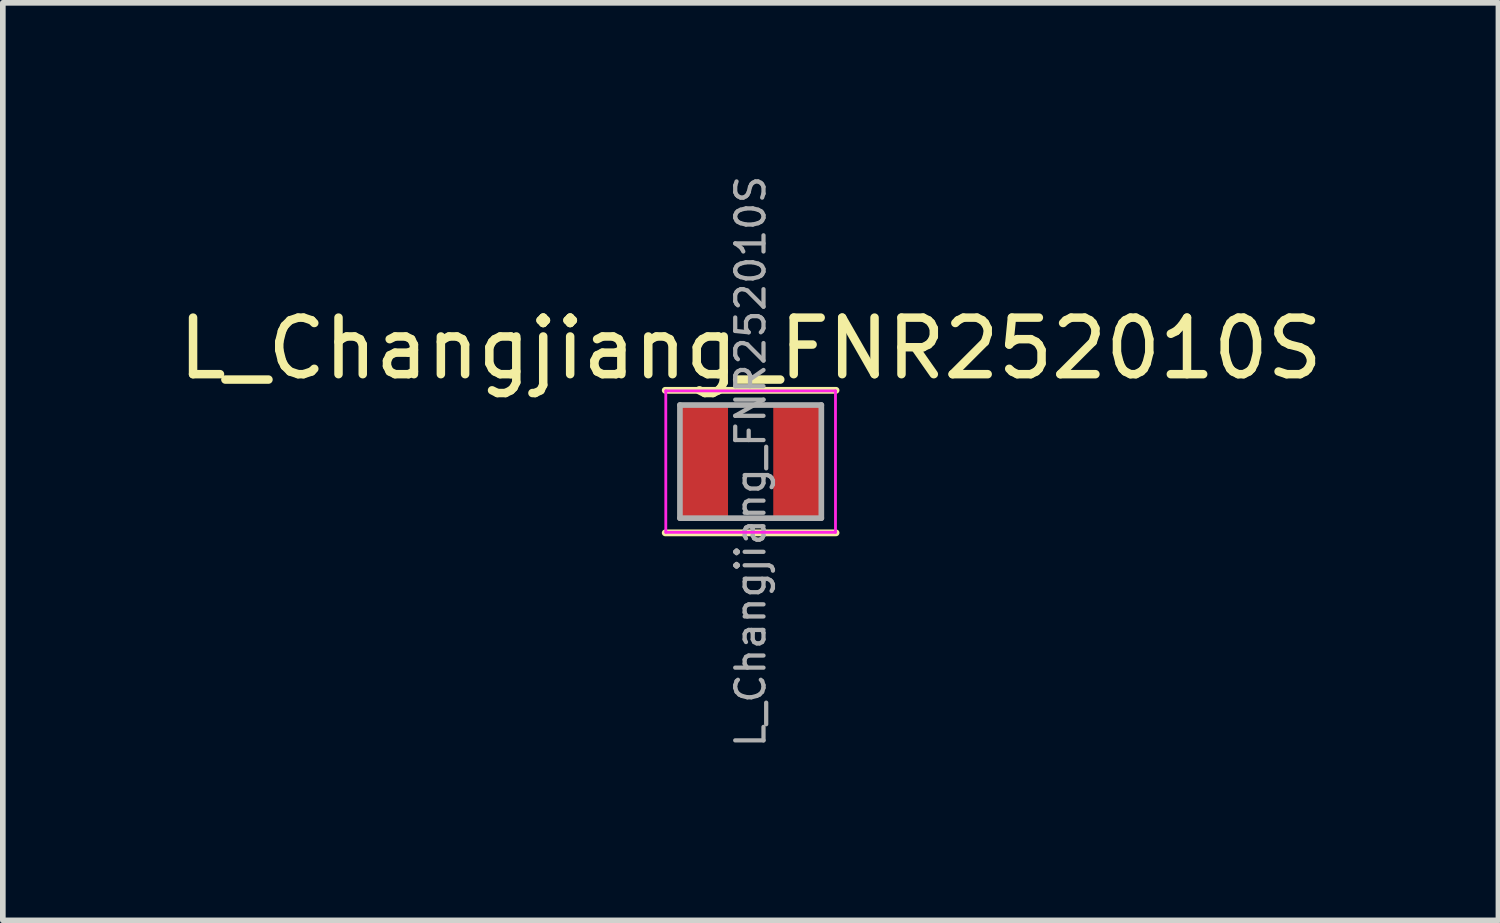
<source format=kicad_pcb>
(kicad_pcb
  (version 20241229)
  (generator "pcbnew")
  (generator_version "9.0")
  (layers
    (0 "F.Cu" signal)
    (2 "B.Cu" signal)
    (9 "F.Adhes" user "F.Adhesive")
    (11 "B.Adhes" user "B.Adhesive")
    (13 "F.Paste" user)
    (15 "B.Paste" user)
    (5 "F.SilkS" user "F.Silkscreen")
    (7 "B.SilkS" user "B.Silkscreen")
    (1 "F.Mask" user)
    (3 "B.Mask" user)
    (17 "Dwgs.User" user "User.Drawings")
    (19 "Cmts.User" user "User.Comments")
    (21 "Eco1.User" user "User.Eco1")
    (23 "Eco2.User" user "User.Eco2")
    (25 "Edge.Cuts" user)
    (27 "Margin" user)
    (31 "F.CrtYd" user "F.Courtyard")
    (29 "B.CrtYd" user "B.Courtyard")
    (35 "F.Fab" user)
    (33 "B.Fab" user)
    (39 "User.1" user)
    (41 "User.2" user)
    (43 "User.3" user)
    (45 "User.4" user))
  (footprint "L_Changjiang_FNR252010S"
    (layer "F.Cu")
    (at 10.22 5.11)
    (property "Reference" "L_Changjiang_FNR252010S" (at 0 -2 0) (layer "F.SilkS") (effects (font (size 1 1) (thickness 0.15))))
    (attr smd)
    (fp_line (start -1.51 -1.26) (end 1.51 -1.26) (stroke (width 0.12) (type solid)) (layer "F.SilkS"))
    (fp_line (start -1.51 1.26) (end 1.51 1.26) (stroke (width 0.12) (type solid)) (layer "F.SilkS"))
    (fp_line (start -1.5 -1.25) (end -1.5 1.25) (stroke (width 0.05) (type solid)) (layer "F.CrtYd"))
    (fp_line (start -1.5 1.25) (end 1.5 1.25) (stroke (width 0.05) (type solid)) (layer "F.CrtYd"))
    (fp_line (start 1.5 -1.25) (end -1.5 -1.25) (stroke (width 0.05) (type solid)) (layer "F.CrtYd"))
    (fp_line (start 1.5 1.25) (end 1.5 -1.25) (stroke (width 0.05) (type solid)) (layer "F.CrtYd"))
    (fp_line (start -1.25 -1) (end -1.25 1) (stroke (width 0.1) (type solid)) (layer "F.Fab"))
    (fp_line (start -1.25 1) (end 1.25 1) (stroke (width 0.1) (type solid)) (layer "F.Fab"))
    (fp_line (start 1.25 -1) (end -1.25 -1) (stroke (width 0.1) (type solid)) (layer "F.Fab"))
    (fp_line (start 1.25 1) (end 1.25 -1) (stroke (width 0.1) (type solid)) (layer "F.Fab"))
    (fp_text user "${REFERENCE}" (at 0 0 90) (layer "F.Fab") (effects (font (size 0.5 0.5) (thickness 0.075))))
    (pad "1" smd rect (at -0.825 0) (size 0.85 2) (layers "F.Cu" "F.Mask" "F.Paste"))
    (pad "2" smd rect (at 0.825 0) (size 0.85 2) (layers "F.Cu" "F.Mask" "F.Paste")))
  (gr_rect
    (start -3 -3)
    (end 23.44 13.22)
    (stroke (width 0.1) (type default))
    (fill no)
    (layer "Edge.Cuts")))
</source>
